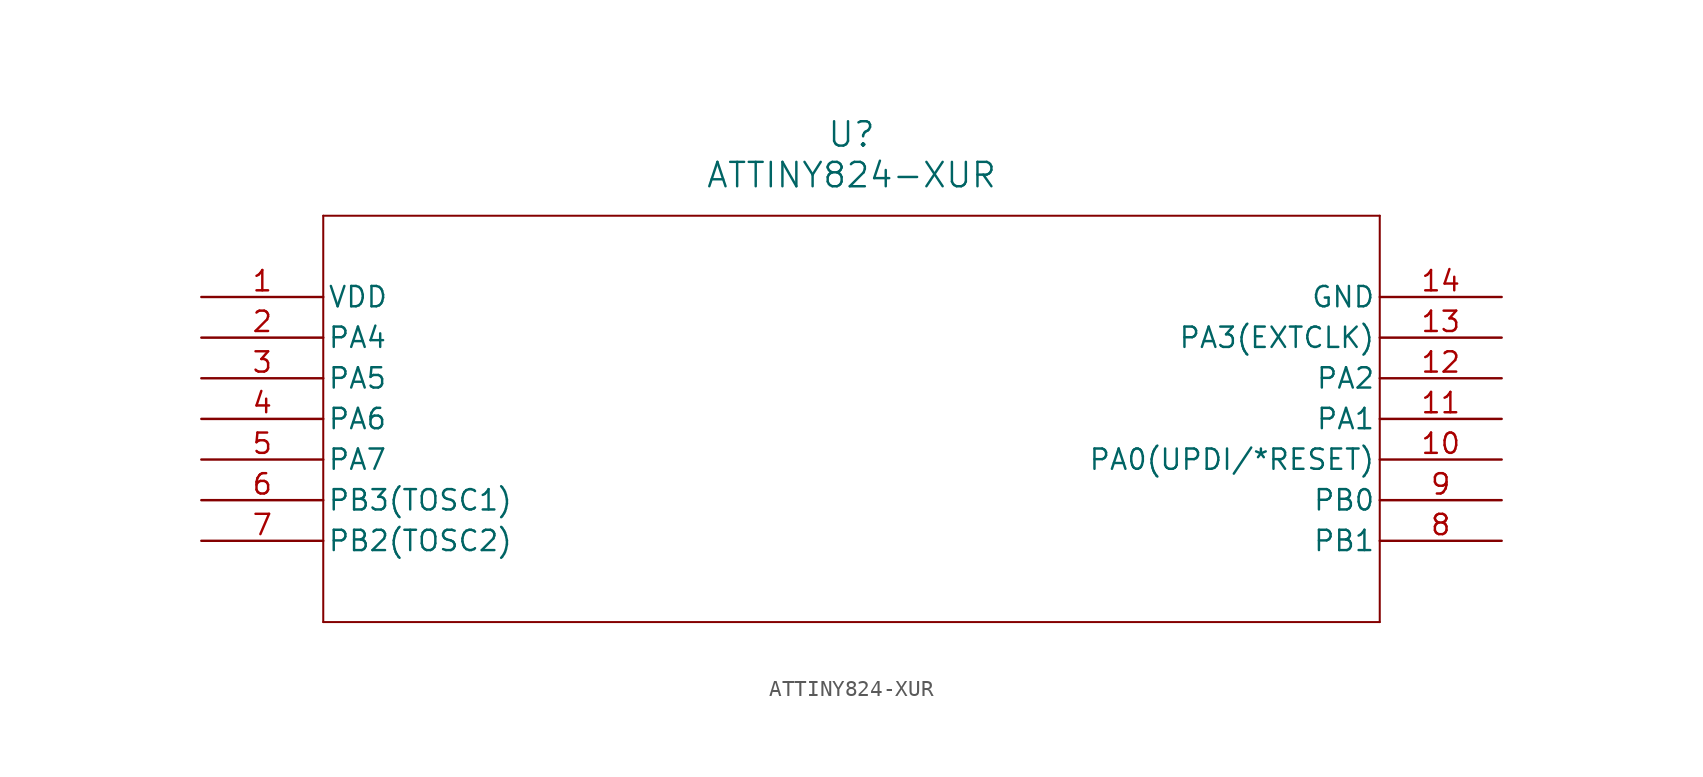
<source format=kicad_sym>
(kicad_symbol_lib
  (version 20211014)
  (generator kicad_symbol_editor)
  (symbol "ATTINY824-XUR"
    (pin_names
      (offset 0.254))
    (property "Reference" "U"
      (at 40.64 10.16 0)
      (effects (font (size 1.524 1.524))))
    (property "Value" "ATTINY824-XUR"
      (at 40.64 7.62 0)
      (effects (font (size 1.524 1.524))))
    (symbol "ATTINY824-XUR_0_1"
      (polyline (pts (xy 7.62 5.08) (xy 7.62 -20.32)) (stroke (width 0.127) (type default) (color 0 0 0 0)) (fill (type none)))
      (polyline (pts (xy 7.62 -20.32) (xy 73.66 -20.32)) (stroke (width 0.127) (type default) (color 0 0 0 0)) (fill (type none)))
      (polyline (pts (xy 73.66 -20.32) (xy 73.66 5.08)) (stroke (width 0.127) (type default) (color 0 0 0 0)) (fill (type none)))
      (polyline (pts (xy 73.66 5.08) (xy 7.62 5.08)) (stroke (width 0.127) (type default) (color 0 0 0 0)) (fill (type none)))
      (pin power_in line (at 0 0 0) (length 7.62) (name "VDD" (effects (font (size 1.27 1.27)))) (number "1" (effects (font (size 1.27 1.27)))))
      (pin bidirectional line (at 0 -2.54 0) (length 7.62) (name "PA4" (effects (font (size 1.27 1.27)))) (number "2" (effects (font (size 1.27 1.27)))))
      (pin bidirectional line (at 0 -5.08 0) (length 7.62) (name "PA5" (effects (font (size 1.27 1.27)))) (number "3" (effects (font (size 1.27 1.27)))))
      (pin bidirectional line (at 0 -7.62 0) (length 7.62) (name "PA6" (effects (font (size 1.27 1.27)))) (number "4" (effects (font (size 1.27 1.27)))))
      (pin bidirectional line (at 0 -10.16 0) (length 7.62) (name "PA7" (effects (font (size 1.27 1.27)))) (number "5" (effects (font (size 1.27 1.27)))))
      (pin bidirectional line (at 0 -12.7 0) (length 7.62) (name "PB3(TOSC1)" (effects (font (size 1.27 1.27)))) (number "6" (effects (font (size 1.27 1.27)))))
      (pin bidirectional line (at 0 -15.24 0) (length 7.62) (name "PB2(TOSC2)" (effects (font (size 1.27 1.27)))) (number "7" (effects (font (size 1.27 1.27)))))
      (pin bidirectional line (at 81.28 -15.24 180) (length 7.62) (name "PB1" (effects (font (size 1.27 1.27)))) (number "8" (effects (font (size 1.27 1.27)))))
      (pin bidirectional line (at 81.28 -12.7 180) (length 7.62) (name "PB0" (effects (font (size 1.27 1.27)))) (number "9" (effects (font (size 1.27 1.27)))))
      (pin bidirectional line (at 81.28 -10.16 180) (length 7.62) (name "PA0(UPDI/*RESET)" (effects (font (size 1.27 1.27)))) (number "10" (effects (font (size 1.27 1.27)))))
      (pin bidirectional line (at 81.28 -7.62 180) (length 7.62) (name "PA1" (effects (font (size 1.27 1.27)))) (number "11" (effects (font (size 1.27 1.27)))))
      (pin bidirectional line (at 81.28 -5.08 180) (length 7.62) (name "PA2" (effects (font (size 1.27 1.27)))) (number "12" (effects (font (size 1.27 1.27)))))
      (pin bidirectional line (at 81.28 -2.54 180) (length 7.62) (name "PA3(EXTCLK)" (effects (font (size 1.27 1.27)))) (number "13" (effects (font (size 1.27 1.27)))))
      (pin power_out line (at 81.28 0 180) (length 7.62) (name "GND" (effects (font (size 1.27 1.27)))) (number "14" (effects (font (size 1.27 1.27))))))))
</source>
